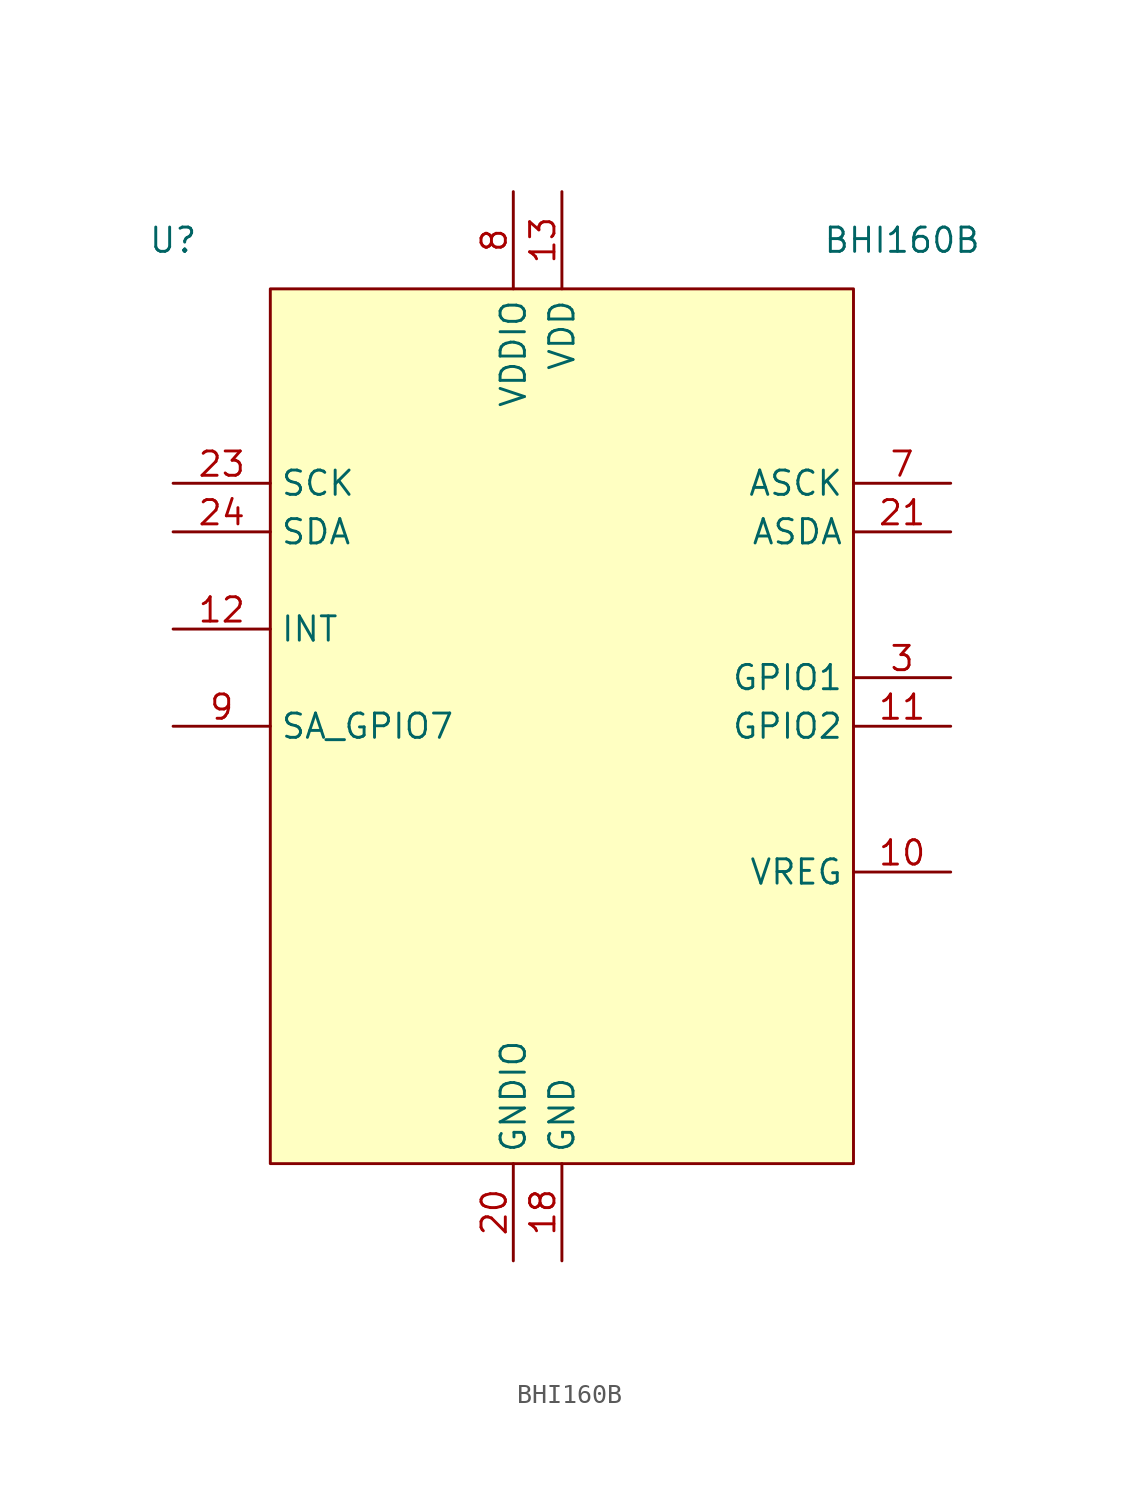
<source format=kicad_sym>
(kicad_symbol_lib
  (version 20201005)
  (generator kicad_symbol_editor)
  (symbol "Sensor_Motion_U:BHI160B"
    (property "Reference" "U"
      (at -20.32 22.86 0)
      (effects (font (size 1.27 1.27))))
    (property "Value" "BHI160B"
      (at 17.78 22.86 0)
      (effects (font (size 1.27 1.27))))
    (symbol "BHI160B_0_0"
      (pin no_connect line (at -15.24 -7.62 0) (length 5.08) hide (name "NC" (effects (font (size 1.27 1.27)))) (number "1" (effects (font (size 1.27 1.27)))))
      (pin no_connect line (at 15.24 -15.24 180) (length 5.08) hide (name "DNC" (effects (font (size 1.27 1.27)))) (number "2" (effects (font (size 1.27 1.27)))))
      (pin bidirectional line (at 20.32 0 180) (length 5.08) (name "GPIO1" (effects (font (size 1.27 1.27)))) (number "3" (effects (font (size 1.27 1.27)))))
      (pin no_connect line (at 15.24 -17.78 180) (length 5.08) hide (name "RESV2" (effects (font (size 1.27 1.27)))) (number "4" (effects (font (size 1.27 1.27)))))
      (pin no_connect line (at 15.24 -20.32 180) (length 5.08) hide (name "RESV3" (effects (font (size 1.27 1.27)))) (number "5" (effects (font (size 1.27 1.27)))))
      (pin no_connect line (at -15.24 -10.16 0) (length 5.08) hide (name "NC" (effects (font (size 1.27 1.27)))) (number "6" (effects (font (size 1.27 1.27)))))
      (pin output line (at 20.32 10.16 180) (length 5.08) (name "ASCK" (effects (font (size 1.27 1.27)))) (number "7" (effects (font (size 1.27 1.27)))))
      (pin power_in line (at -2.54 25.4 270) (length 5.08) (name "VDDIO" (effects (font (size 1.27 1.27)))) (number "8" (effects (font (size 1.27 1.27)))))
      (pin input line (at -20.32 -2.54 0) (length 5.08) (name "SA_GPIO7" (effects (font (size 1.27 1.27)))) (number "9" (effects (font (size 1.27 1.27)))))
      (pin power_out line (at 20.32 -10.16 180) (length 5.08) (name "VREG" (effects (font (size 1.27 1.27)))) (number "10" (effects (font (size 1.27 1.27)))))
      (pin bidirectional line (at 20.32 -2.54 180) (length 5.08) (name "GPIO2" (effects (font (size 1.27 1.27)))) (number "11" (effects (font (size 1.27 1.27)))))
      (pin output line (at -20.32 2.54 0) (length 5.08) (name "INT" (effects (font (size 1.27 1.27)))) (number "12" (effects (font (size 1.27 1.27)))))
      (pin power_in line (at 0 25.4 270) (length 5.08) (name "VDD" (effects (font (size 1.27 1.27)))) (number "13" (effects (font (size 1.27 1.27)))))
      (pin no_connect line (at -15.24 -12.7 0) (length 5.08) hide (name "NC" (effects (font (size 1.27 1.27)))) (number "14" (effects (font (size 1.27 1.27)))))
      (pin no_connect line (at -15.24 -15.24 0) (length 5.08) hide (name "NC" (effects (font (size 1.27 1.27)))) (number "15" (effects (font (size 1.27 1.27)))))
      (pin no_connect line (at -15.24 -17.78 0) (length 5.08) hide (name "NC" (effects (font (size 1.27 1.27)))) (number "16" (effects (font (size 1.27 1.27)))))
      (pin no_connect line (at -15.24 -20.32 0) (length 5.08) hide (name "NC" (effects (font (size 1.27 1.27)))) (number "17" (effects (font (size 1.27 1.27)))))
      (pin no_connect line (at -15.24 -22.86 0) (length 5.08) hide (name "NC" (effects (font (size 1.27 1.27)))) (number "19" (effects (font (size 1.27 1.27)))))
      (pin power_in line (at 0 -30.48 90) (length 5.08) (name "GND" (effects (font (size 1.27 1.27)))) (number "18" (effects (font (size 1.27 1.27)))))
      (pin power_in line (at -2.54 -30.48 90) (length 5.08) (name "GNDIO" (effects (font (size 1.27 1.27)))) (number "20" (effects (font (size 1.27 1.27)))))
      (pin bidirectional line (at 20.32 7.62 180) (length 5.08) (name "ASDA" (effects (font (size 1.27 1.27)))) (number "21" (effects (font (size 1.27 1.27)))))
      (pin no_connect line (at 15.24 -22.86 180) (length 5.08) hide (name "RESV4" (effects (font (size 1.27 1.27)))) (number "22" (effects (font (size 1.27 1.27)))))
      (pin input line (at -20.32 10.16 0) (length 5.08) (name "SCK" (effects (font (size 1.27 1.27)))) (number "23" (effects (font (size 1.27 1.27)))))
      (pin bidirectional line (at -20.32 7.62 0) (length 5.08) (name "SDA" (effects (font (size 1.27 1.27)))) (number "24" (effects (font (size 1.27 1.27))))))
    (symbol "BHI160B_0_1"
      (rectangle (start -15.24 20.32) (end 15.24 -25.4) (stroke (width 0)) (fill (type background))))))
</source>
